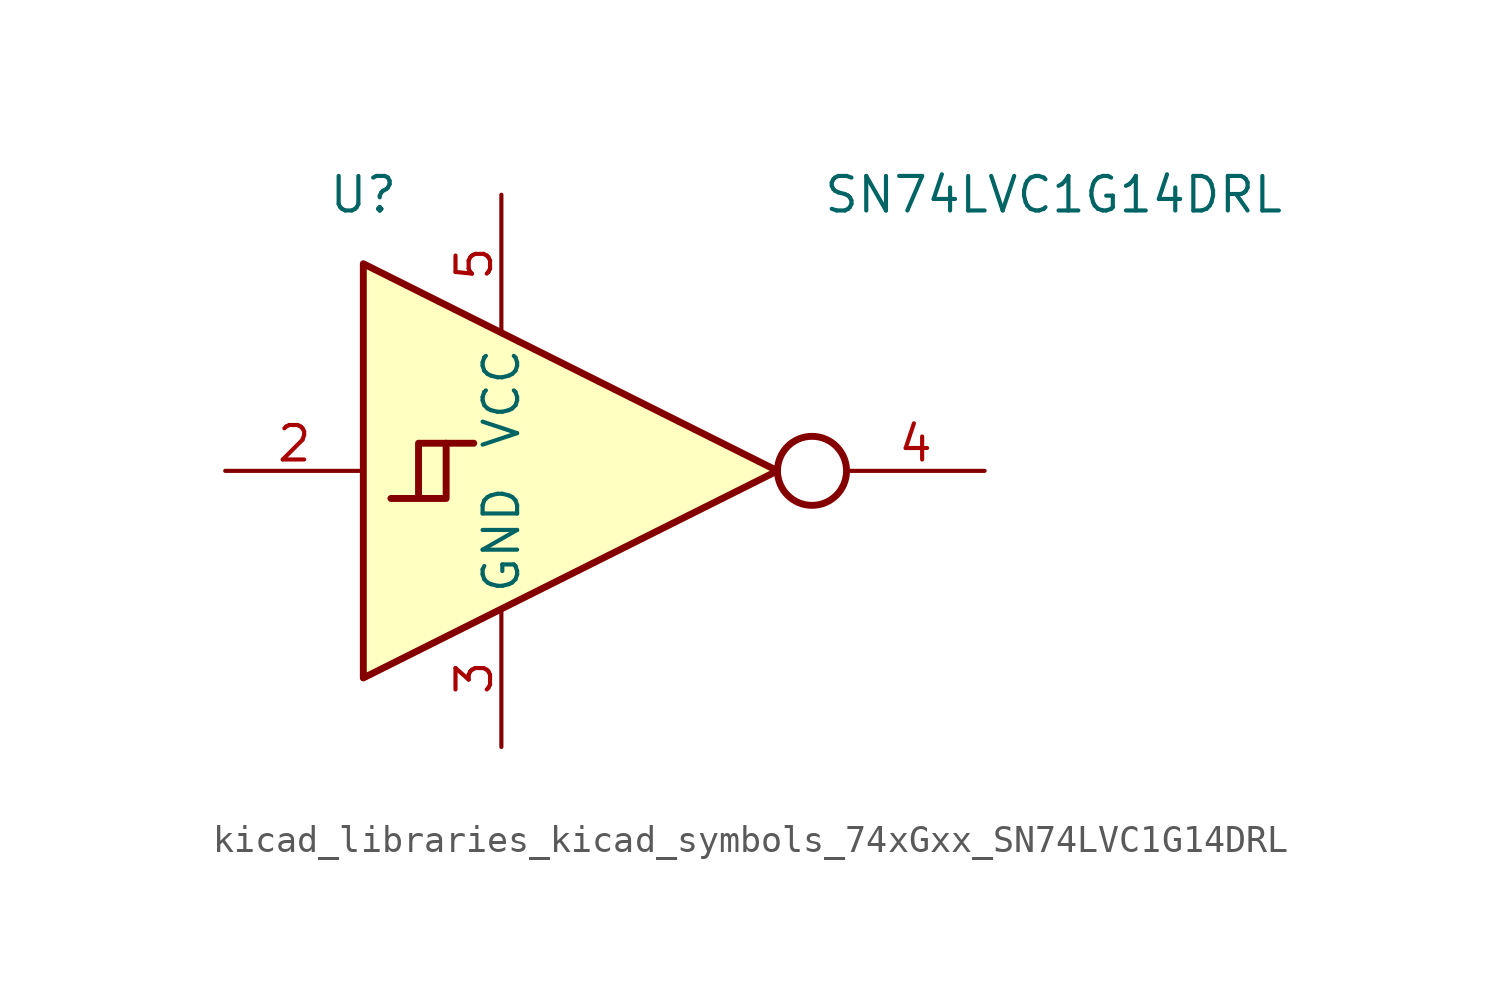
<source format=kicad_sym>
(kicad_symbol_lib
  (version 20220914)
  (generator kicad_symbol_editor)
  (symbol "kicad_libraries_kicad_symbols_74xGxx_SN74LVC1G14DRL"
    (property "Reference" "U"
      (at -5.08 10.16 0)
      (effects (font (size 1.27 1.27))))
    (property "Value" "SN74LVC1G14DRL"
      (at 20.32 10.16 0)
      (effects (font (size 1.27 1.27))))
    (symbol "kicad_libraries_kicad_symbols_74xGxx_SN74LVC1G14DRL_0_1"
      (polyline (pts (xy -2.032 1.016) (xy -1.016 1.016)) (stroke (width 0.254) (type default)) (fill (type background)))
      (polyline (pts (xy -5.08 7.62) (xy -5.08 -7.62) (xy 10.16 0) (xy -5.08 7.62)) (stroke (width 0.254) (type default)) (fill (type background)))
      (polyline (pts (xy -3.048 -1.016) (xy -3.048 1.016) (xy -2.032 1.016) (xy -2.032 -1.016) (xy -4.064 -1.016)) (stroke (width 0.254) (type default)) (fill (type background)))
      (circle (center 11.43 0) (radius 1.27) (stroke (width 0.254) (type default)) (fill (type none))))
    (symbol "kicad_libraries_kicad_symbols_74xGxx_SN74LVC1G14DRL_1_1"
      (pin no_connect line (at 10.16 0 180) (length 5.08) hide (name "NC" (effects (font (size 1.27 1.27)))) (number "1" (effects (font (size 1.27 1.27)))))
      (pin input line (at -10.16 0 0) (length 5.08) (name "~" (effects (font (size 1.27 1.27)))) (number "2" (effects (font (size 1.27 1.27)))))
      (pin power_in line (at 0 -10.16 90) (length 5.08) (name "GND" (effects (font (size 1.27 1.27)))) (number "3" (effects (font (size 1.27 1.27)))))
      (pin output line (at 17.78 0 180) (length 5.08) (name "~" (effects (font (size 1.27 1.27)))) (number "4" (effects (font (size 1.27 1.27)))))
      (pin power_in line (at 0 10.16 270) (length 5.08) (name "VCC" (effects (font (size 1.27 1.27)))) (number "5" (effects (font (size 1.27 1.27))))))))
</source>
